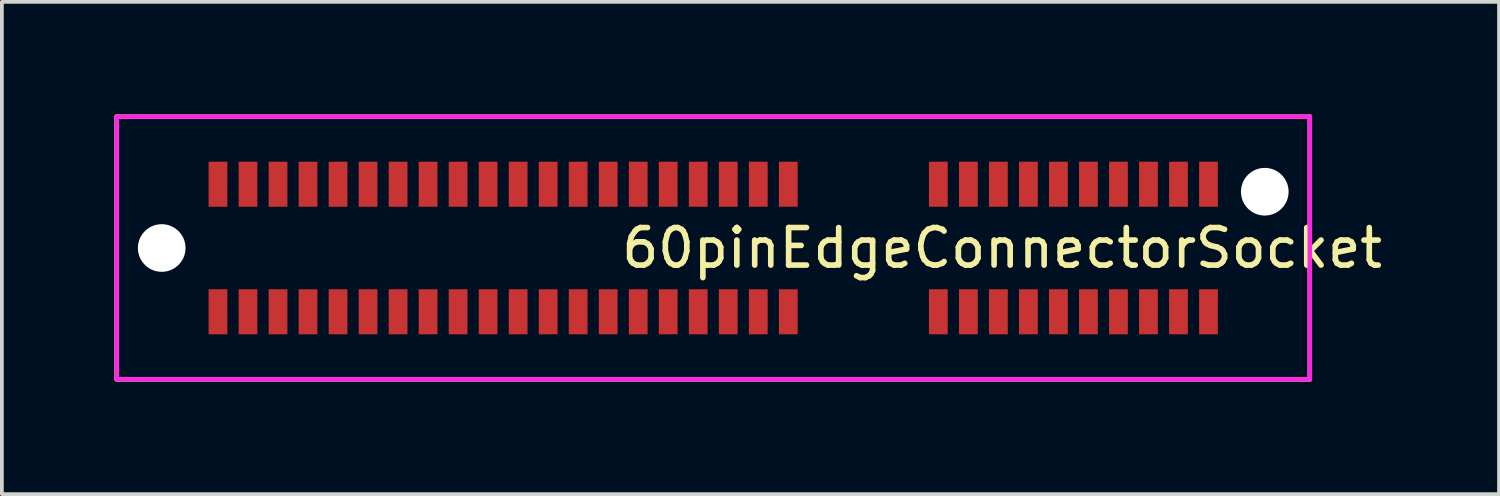
<source format=kicad_pcb>
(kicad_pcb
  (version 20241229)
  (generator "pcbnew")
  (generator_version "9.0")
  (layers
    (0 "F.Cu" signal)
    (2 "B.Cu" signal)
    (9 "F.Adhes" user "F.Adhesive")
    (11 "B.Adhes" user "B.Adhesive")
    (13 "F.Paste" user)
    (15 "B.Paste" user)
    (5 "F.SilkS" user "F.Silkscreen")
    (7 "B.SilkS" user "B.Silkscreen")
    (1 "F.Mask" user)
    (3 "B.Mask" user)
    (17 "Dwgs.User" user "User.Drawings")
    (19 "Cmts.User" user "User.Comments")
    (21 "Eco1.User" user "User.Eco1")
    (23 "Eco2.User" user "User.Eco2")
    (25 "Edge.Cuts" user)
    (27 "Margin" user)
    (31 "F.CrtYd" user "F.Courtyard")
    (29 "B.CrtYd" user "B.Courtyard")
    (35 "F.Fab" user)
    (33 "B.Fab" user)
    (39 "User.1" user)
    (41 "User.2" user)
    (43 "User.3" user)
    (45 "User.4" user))
  (footprint "60pinEdgeConnectorSocket"
    (layer "F.Cu")
    (at 15.96 3.56)
    (property "Reference" "60pinEdgeConnectorSocket" (at 7.7 0 0) (layer "F.SilkS") (effects (font (size 1 1) (thickness 0.15))))
    (attr smd)
    (fp_line (start -15.9 -3.5) (end 15.9 -3.5) (stroke (width 0.12) (type solid)) (layer "F.SilkS"))
    (fp_line (start -15.9 3.5) (end -15.9 -3.5) (stroke (width 0.12) (type solid)) (layer "F.SilkS"))
    (fp_line (start 15.9 -3.5) (end 15.9 3.5) (stroke (width 0.12) (type solid)) (layer "F.SilkS"))
    (fp_line (start 15.9 3.5) (end -15.9 3.5) (stroke (width 0.12) (type solid)) (layer "F.SilkS"))
    (fp_line (start -15.9 -3.5) (end -15.9 3.5) (stroke (width 0.12) (type solid)) (layer "F.CrtYd"))
    (fp_line (start -15.9 3.5) (end 15.9 3.5) (stroke (width 0.12) (type solid)) (layer "F.CrtYd"))
    (fp_line (start 15.9 -3.5) (end -15.9 -3.5) (stroke (width 0.12) (type solid)) (layer "F.CrtYd"))
    (fp_line (start 15.9 3.5) (end 15.9 -3.5) (stroke (width 0.12) (type solid)) (layer "F.CrtYd"))
    (pad "" np_thru_hole circle (at -14.7 0) (size 1.27 1.27) (drill 1.27) (layers "*.Cu" "*.Mask"))
    (pad "" np_thru_hole circle (at 14.7 -1.5) (size 1.27 1.27) (drill 1.27) (layers "*.Cu" "*.Mask"))
    (pad "1" smd rect (at 13.2 1.7 180) (size 0.5 1.2) (layers "F.Cu" "F.Mask" "F.Paste"))
    (pad "2" smd rect (at 12.4 1.7 180) (size 0.5 1.2) (layers "F.Cu" "F.Mask" "F.Paste"))
    (pad "3" smd rect (at 11.6 1.7 180) (size 0.5 1.2) (layers "F.Cu" "F.Mask" "F.Paste"))
    (pad "4" smd rect (at 10.8 1.7 180) (size 0.5 1.2) (layers "F.Cu" "F.Mask" "F.Paste"))
    (pad "5" smd rect (at 10 1.7 180) (size 0.5 1.2) (layers "F.Cu" "F.Mask" "F.Paste"))
    (pad "6" smd rect (at 9.2 1.7 180) (size 0.5 1.2) (layers "F.Cu" "F.Mask" "F.Paste"))
    (pad "7" smd rect (at 8.4 1.7 180) (size 0.5 1.2) (layers "F.Cu" "F.Mask" "F.Paste"))
    (pad "8" smd rect (at 7.6 1.7 180) (size 0.5 1.2) (layers "F.Cu" "F.Mask" "F.Paste"))
    (pad "9" smd rect (at 6.8 1.7 180) (size 0.5 1.2) (layers "F.Cu" "F.Mask" "F.Paste"))
    (pad "10" smd rect (at 6 1.7 180) (size 0.5 1.2) (layers "F.Cu" "F.Mask" "F.Paste"))
    (pad "11" smd rect (at 13.2 -1.7 180) (size 0.5 1.2) (layers "F.Cu" "F.Mask" "F.Paste"))
    (pad "12" smd rect (at 12.4 -1.7 180) (size 0.5 1.2) (layers "F.Cu" "F.Mask" "F.Paste"))
    (pad "13" smd rect (at 11.6 -1.7 180) (size 0.5 1.2) (layers "F.Cu" "F.Mask" "F.Paste"))
    (pad "14" smd rect (at 10.8 -1.7 180) (size 0.5 1.2) (layers "F.Cu" "F.Mask" "F.Paste"))
    (pad "15" smd rect (at 10 -1.7 180) (size 0.5 1.2) (layers "F.Cu" "F.Mask" "F.Paste"))
    (pad "16" smd rect (at 9.2 -1.7 180) (size 0.5 1.2) (layers "F.Cu" "F.Mask" "F.Paste"))
    (pad "17" smd rect (at 8.4 -1.7 180) (size 0.5 1.2) (layers "F.Cu" "F.Mask" "F.Paste"))
    (pad "18" smd rect (at 7.6 -1.7 180) (size 0.5 1.2) (layers "F.Cu" "F.Mask" "F.Paste"))
    (pad "19" smd rect (at 6.8 -1.7 180) (size 0.5 1.2) (layers "F.Cu" "F.Mask" "F.Paste"))
    (pad "20" smd rect (at 6 -1.7 180) (size 0.5 1.2) (layers "F.Cu" "F.Mask" "F.Paste"))
    (pad "A" smd rect (at -13.2 -1.7) (size 0.5 1.2) (layers "F.Cu" "F.Mask" "F.Paste"))
    (pad "A" smd rect (at -13.2 1.7) (size 0.5 1.2) (layers "F.Cu" "F.Mask" "F.Paste"))
    (pad "A" smd rect (at -12.4 -1.7) (size 0.5 1.2) (layers "F.Cu" "F.Mask" "F.Paste"))
    (pad "A" smd rect (at -12.4 1.7) (size 0.5 1.2) (layers "F.Cu" "F.Mask" "F.Paste"))
    (pad "A" smd rect (at -11.6 -1.7) (size 0.5 1.2) (layers "F.Cu" "F.Mask" "F.Paste"))
    (pad "A" smd rect (at -11.6 1.7) (size 0.5 1.2) (layers "F.Cu" "F.Mask" "F.Paste"))
    (pad "A" smd rect (at -10.8 -1.7) (size 0.5 1.2) (layers "F.Cu" "F.Mask" "F.Paste"))
    (pad "A" smd rect (at -10.8 1.7) (size 0.5 1.2) (layers "F.Cu" "F.Mask" "F.Paste"))
    (pad "A" smd rect (at -10 -1.7) (size 0.5 1.2) (layers "F.Cu" "F.Mask" "F.Paste"))
    (pad "A" smd rect (at -10 1.7) (size 0.5 1.2) (layers "F.Cu" "F.Mask" "F.Paste"))
    (pad "A" smd rect (at -9.2 -1.7) (size 0.5 1.2) (layers "F.Cu" "F.Mask" "F.Paste"))
    (pad "A" smd rect (at -9.2 1.7) (size 0.5 1.2) (layers "F.Cu" "F.Mask" "F.Paste"))
    (pad "A" smd rect (at -8.4 -1.7) (size 0.5 1.2) (layers "F.Cu" "F.Mask" "F.Paste"))
    (pad "A" smd rect (at -8.4 1.7) (size 0.5 1.2) (layers "F.Cu" "F.Mask" "F.Paste"))
    (pad "A" smd rect (at -7.6 -1.7) (size 0.5 1.2) (layers "F.Cu" "F.Mask" "F.Paste"))
    (pad "A" smd rect (at -7.6 1.7) (size 0.5 1.2) (layers "F.Cu" "F.Mask" "F.Paste"))
    (pad "A" smd rect (at -6.8 -1.7) (size 0.5 1.2) (layers "F.Cu" "F.Mask" "F.Paste"))
    (pad "A" smd rect (at -6.8 1.7) (size 0.5 1.2) (layers "F.Cu" "F.Mask" "F.Paste"))
    (pad "A" smd rect (at -6 -1.7) (size 0.5 1.2) (layers "F.Cu" "F.Mask" "F.Paste"))
    (pad "A" smd rect (at -6 1.7) (size 0.5 1.2) (layers "F.Cu" "F.Mask" "F.Paste"))
    (pad "B" smd rect (at -5.2 -1.7) (size 0.5 1.2) (layers "F.Cu" "F.Mask" "F.Paste"))
    (pad "B" smd rect (at -5.2 1.7) (size 0.5 1.2) (layers "F.Cu" "F.Mask" "F.Paste"))
    (pad "B" smd rect (at -4.4 -1.7) (size 0.5 1.2) (layers "F.Cu" "F.Mask" "F.Paste"))
    (pad "B" smd rect (at -4.4 1.7) (size 0.5 1.2) (layers "F.Cu" "F.Mask" "F.Paste"))
    (pad "B" smd rect (at -3.6 -1.7) (size 0.5 1.2) (layers "F.Cu" "F.Mask" "F.Paste"))
    (pad "B" smd rect (at -3.6 1.7) (size 0.5 1.2) (layers "F.Cu" "F.Mask" "F.Paste"))
    (pad "B" smd rect (at -2.8 -1.7) (size 0.5 1.2) (layers "F.Cu" "F.Mask" "F.Paste"))
    (pad "B" smd rect (at -2.8 1.7) (size 0.5 1.2) (layers "F.Cu" "F.Mask" "F.Paste"))
    (pad "B" smd rect (at -2 -1.7) (size 0.5 1.2) (layers "F.Cu" "F.Mask" "F.Paste"))
    (pad "B" smd rect (at -2 1.7) (size 0.5 1.2) (layers "F.Cu" "F.Mask" "F.Paste"))
    (pad "B" smd rect (at -1.2 -1.7) (size 0.5 1.2) (layers "F.Cu" "F.Mask" "F.Paste"))
    (pad "B" smd rect (at -1.2 1.7) (size 0.5 1.2) (layers "F.Cu" "F.Mask" "F.Paste"))
    (pad "B" smd rect (at -0.4 -1.7) (size 0.5 1.2) (layers "F.Cu" "F.Mask" "F.Paste"))
    (pad "B" smd rect (at -0.4 1.7) (size 0.5 1.2) (layers "F.Cu" "F.Mask" "F.Paste"))
    (pad "B" smd rect (at 0.4 -1.7) (size 0.5 1.2) (layers "F.Cu" "F.Mask" "F.Paste"))
    (pad "B" smd rect (at 0.4 1.7) (size 0.5 1.2) (layers "F.Cu" "F.Mask" "F.Paste"))
    (pad "B" smd rect (at 1.2 -1.7) (size 0.5 1.2) (layers "F.Cu" "F.Mask" "F.Paste"))
    (pad "B" smd rect (at 1.2 1.7) (size 0.5 1.2) (layers "F.Cu" "F.Mask" "F.Paste"))
    (pad "B" smd rect (at 2 -1.7) (size 0.5 1.2) (layers "F.Cu" "F.Mask" "F.Paste"))
    (pad "B" smd rect (at 2 1.7) (size 0.5 1.2) (layers "F.Cu" "F.Mask" "F.Paste")))
  (gr_rect
    (start -3 -3)
    (end 36.904 10.12)
    (stroke (width 0.1) (type default))
    (fill no)
    (layer "Edge.Cuts")))
</source>
